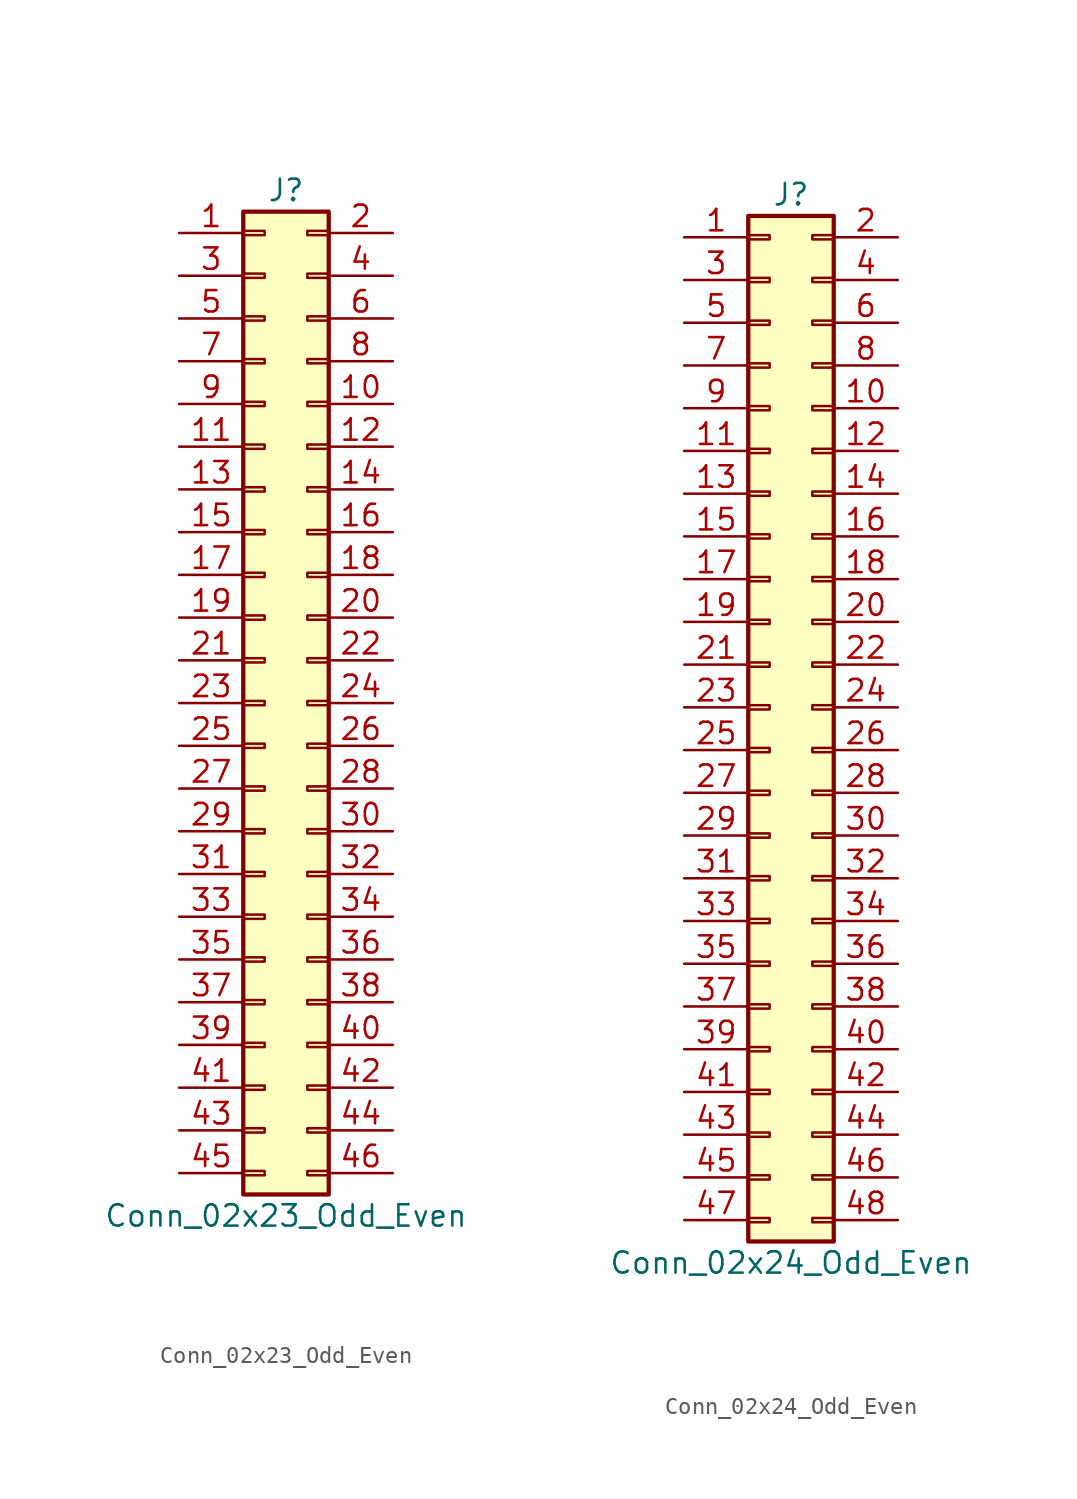
<source format=kicad_sym>
(kicad_symbol_lib
  (version 20201005)
  (generator kicad_symbol_editor)
  (symbol "Connector_Generic:Conn_02x23_Odd_Even"
    (pin_names
      (offset 1.016) hide)
    (property "Reference" "J"
      (at 1.27 30.48 0)
      (effects (font (size 1.27 1.27))))
    (property "Value" "Conn_02x23_Odd_Even"
      (at 1.27 -30.48 0)
      (effects (font (size 1.27 1.27))))
    (symbol "Conn_02x23_Odd_Even_1_1"
      (rectangle (start -1.27 -27.813) (end 0 -28.067) (stroke (width 0.152)) (fill (type none)))
      (rectangle (start -1.27 -4.953) (end 0 -5.207) (stroke (width 0.152)) (fill (type none)))
      (rectangle (start -1.27 -7.493) (end 0 -7.747) (stroke (width 0.152)) (fill (type none)))
      (rectangle (start -1.27 -10.033) (end 0 -10.287) (stroke (width 0.152)) (fill (type none)))
      (rectangle (start -1.27 -12.573) (end 0 -12.827) (stroke (width 0.152)) (fill (type none)))
      (rectangle (start -1.27 -15.113) (end 0 -15.367) (stroke (width 0.152)) (fill (type none)))
      (rectangle (start -1.27 -17.653) (end 0 -17.907) (stroke (width 0.152)) (fill (type none)))
      (rectangle (start -1.27 -20.193) (end 0 -20.447) (stroke (width 0.152)) (fill (type none)))
      (rectangle (start -1.27 -22.733) (end 0 -22.987) (stroke (width 0.152)) (fill (type none)))
      (rectangle (start -1.27 -2.413) (end 0 -2.667) (stroke (width 0.152)) (fill (type none)))
      (rectangle (start -1.27 -25.273) (end 0 -25.527) (stroke (width 0.152)) (fill (type none)))
      (rectangle (start -1.27 25.527) (end 0 25.273) (stroke (width 0.152)) (fill (type none)))
      (rectangle (start -1.27 2.667) (end 0 2.413) (stroke (width 0.152)) (fill (type none)))
      (rectangle (start -1.27 28.067) (end 0 27.813) (stroke (width 0.152)) (fill (type none)))
      (rectangle (start -1.27 29.21) (end 3.81 -29.21) (stroke (width 0.254)) (fill (type background)))
      (rectangle (start -1.27 5.207) (end 0 4.953) (stroke (width 0.152)) (fill (type none)))
      (rectangle (start -1.27 7.747) (end 0 7.493) (stroke (width 0.152)) (fill (type none)))
      (rectangle (start -1.27 10.287) (end 0 10.033) (stroke (width 0.152)) (fill (type none)))
      (rectangle (start -1.27 0.127) (end 0 -0.127) (stroke (width 0.152)) (fill (type none)))
      (rectangle (start -1.27 12.827) (end 0 12.573) (stroke (width 0.152)) (fill (type none)))
      (rectangle (start -1.27 15.367) (end 0 15.113) (stroke (width 0.152)) (fill (type none)))
      (rectangle (start -1.27 17.907) (end 0 17.653) (stroke (width 0.152)) (fill (type none)))
      (rectangle (start -1.27 20.447) (end 0 20.193) (stroke (width 0.152)) (fill (type none)))
      (rectangle (start -1.27 22.987) (end 0 22.733) (stroke (width 0.152)) (fill (type none)))
      (rectangle (start 3.81 -27.813) (end 2.54 -28.067) (stroke (width 0.152)) (fill (type none)))
      (rectangle (start 3.81 -4.953) (end 2.54 -5.207) (stroke (width 0.152)) (fill (type none)))
      (rectangle (start 3.81 -7.493) (end 2.54 -7.747) (stroke (width 0.152)) (fill (type none)))
      (rectangle (start 3.81 -10.033) (end 2.54 -10.287) (stroke (width 0.152)) (fill (type none)))
      (rectangle (start 3.81 -12.573) (end 2.54 -12.827) (stroke (width 0.152)) (fill (type none)))
      (rectangle (start 3.81 -15.113) (end 2.54 -15.367) (stroke (width 0.152)) (fill (type none)))
      (rectangle (start 3.81 -17.653) (end 2.54 -17.907) (stroke (width 0.152)) (fill (type none)))
      (rectangle (start 3.81 -20.193) (end 2.54 -20.447) (stroke (width 0.152)) (fill (type none)))
      (rectangle (start 3.81 -22.733) (end 2.54 -22.987) (stroke (width 0.152)) (fill (type none)))
      (rectangle (start 3.81 -2.413) (end 2.54 -2.667) (stroke (width 0.152)) (fill (type none)))
      (rectangle (start 3.81 -25.273) (end 2.54 -25.527) (stroke (width 0.152)) (fill (type none)))
      (rectangle (start 3.81 25.527) (end 2.54 25.273) (stroke (width 0.152)) (fill (type none)))
      (rectangle (start 3.81 2.667) (end 2.54 2.413) (stroke (width 0.152)) (fill (type none)))
      (rectangle (start 3.81 28.067) (end 2.54 27.813) (stroke (width 0.152)) (fill (type none)))
      (rectangle (start 3.81 5.207) (end 2.54 4.953) (stroke (width 0.152)) (fill (type none)))
      (rectangle (start 3.81 7.747) (end 2.54 7.493) (stroke (width 0.152)) (fill (type none)))
      (rectangle (start 3.81 10.287) (end 2.54 10.033) (stroke (width 0.152)) (fill (type none)))
      (rectangle (start 3.81 0.127) (end 2.54 -0.127) (stroke (width 0.152)) (fill (type none)))
      (rectangle (start 3.81 12.827) (end 2.54 12.573) (stroke (width 0.152)) (fill (type none)))
      (rectangle (start 3.81 15.367) (end 2.54 15.113) (stroke (width 0.152)) (fill (type none)))
      (rectangle (start 3.81 17.907) (end 2.54 17.653) (stroke (width 0.152)) (fill (type none)))
      (rectangle (start 3.81 20.447) (end 2.54 20.193) (stroke (width 0.152)) (fill (type none)))
      (rectangle (start 3.81 22.987) (end 2.54 22.733) (stroke (width 0.152)) (fill (type none)))
      (pin passive line (at -5.08 27.94 0) (length 3.81) (name "Pin_1" (effects (font (size 1.27 1.27)))) (number "1" (effects (font (size 1.27 1.27)))))
      (pin passive line (at 7.62 17.78 180) (length 3.81) (name "Pin_10" (effects (font (size 1.27 1.27)))) (number "10" (effects (font (size 1.27 1.27)))))
      (pin passive line (at -5.08 15.24 0) (length 3.81) (name "Pin_11" (effects (font (size 1.27 1.27)))) (number "11" (effects (font (size 1.27 1.27)))))
      (pin passive line (at 7.62 15.24 180) (length 3.81) (name "Pin_12" (effects (font (size 1.27 1.27)))) (number "12" (effects (font (size 1.27 1.27)))))
      (pin passive line (at -5.08 12.7 0) (length 3.81) (name "Pin_13" (effects (font (size 1.27 1.27)))) (number "13" (effects (font (size 1.27 1.27)))))
      (pin passive line (at 7.62 12.7 180) (length 3.81) (name "Pin_14" (effects (font (size 1.27 1.27)))) (number "14" (effects (font (size 1.27 1.27)))))
      (pin passive line (at -5.08 10.16 0) (length 3.81) (name "Pin_15" (effects (font (size 1.27 1.27)))) (number "15" (effects (font (size 1.27 1.27)))))
      (pin passive line (at 7.62 10.16 180) (length 3.81) (name "Pin_16" (effects (font (size 1.27 1.27)))) (number "16" (effects (font (size 1.27 1.27)))))
      (pin passive line (at -5.08 7.62 0) (length 3.81) (name "Pin_17" (effects (font (size 1.27 1.27)))) (number "17" (effects (font (size 1.27 1.27)))))
      (pin passive line (at 7.62 7.62 180) (length 3.81) (name "Pin_18" (effects (font (size 1.27 1.27)))) (number "18" (effects (font (size 1.27 1.27)))))
      (pin passive line (at -5.08 5.08 0) (length 3.81) (name "Pin_19" (effects (font (size 1.27 1.27)))) (number "19" (effects (font (size 1.27 1.27)))))
      (pin passive line (at 7.62 27.94 180) (length 3.81) (name "Pin_2" (effects (font (size 1.27 1.27)))) (number "2" (effects (font (size 1.27 1.27)))))
      (pin passive line (at 7.62 5.08 180) (length 3.81) (name "Pin_20" (effects (font (size 1.27 1.27)))) (number "20" (effects (font (size 1.27 1.27)))))
      (pin passive line (at -5.08 2.54 0) (length 3.81) (name "Pin_21" (effects (font (size 1.27 1.27)))) (number "21" (effects (font (size 1.27 1.27)))))
      (pin passive line (at 7.62 2.54 180) (length 3.81) (name "Pin_22" (effects (font (size 1.27 1.27)))) (number "22" (effects (font (size 1.27 1.27)))))
      (pin passive line (at -5.08 0 0) (length 3.81) (name "Pin_23" (effects (font (size 1.27 1.27)))) (number "23" (effects (font (size 1.27 1.27)))))
      (pin passive line (at 7.62 0 180) (length 3.81) (name "Pin_24" (effects (font (size 1.27 1.27)))) (number "24" (effects (font (size 1.27 1.27)))))
      (pin passive line (at -5.08 -2.54 0) (length 3.81) (name "Pin_25" (effects (font (size 1.27 1.27)))) (number "25" (effects (font (size 1.27 1.27)))))
      (pin passive line (at 7.62 -2.54 180) (length 3.81) (name "Pin_26" (effects (font (size 1.27 1.27)))) (number "26" (effects (font (size 1.27 1.27)))))
      (pin passive line (at -5.08 -5.08 0) (length 3.81) (name "Pin_27" (effects (font (size 1.27 1.27)))) (number "27" (effects (font (size 1.27 1.27)))))
      (pin passive line (at 7.62 -5.08 180) (length 3.81) (name "Pin_28" (effects (font (size 1.27 1.27)))) (number "28" (effects (font (size 1.27 1.27)))))
      (pin passive line (at -5.08 -7.62 0) (length 3.81) (name "Pin_29" (effects (font (size 1.27 1.27)))) (number "29" (effects (font (size 1.27 1.27)))))
      (pin passive line (at -5.08 25.4 0) (length 3.81) (name "Pin_3" (effects (font (size 1.27 1.27)))) (number "3" (effects (font (size 1.27 1.27)))))
      (pin passive line (at 7.62 -7.62 180) (length 3.81) (name "Pin_30" (effects (font (size 1.27 1.27)))) (number "30" (effects (font (size 1.27 1.27)))))
      (pin passive line (at -5.08 -10.16 0) (length 3.81) (name "Pin_31" (effects (font (size 1.27 1.27)))) (number "31" (effects (font (size 1.27 1.27)))))
      (pin passive line (at 7.62 -10.16 180) (length 3.81) (name "Pin_32" (effects (font (size 1.27 1.27)))) (number "32" (effects (font (size 1.27 1.27)))))
      (pin passive line (at -5.08 -12.7 0) (length 3.81) (name "Pin_33" (effects (font (size 1.27 1.27)))) (number "33" (effects (font (size 1.27 1.27)))))
      (pin passive line (at 7.62 -12.7 180) (length 3.81) (name "Pin_34" (effects (font (size 1.27 1.27)))) (number "34" (effects (font (size 1.27 1.27)))))
      (pin passive line (at -5.08 -15.24 0) (length 3.81) (name "Pin_35" (effects (font (size 1.27 1.27)))) (number "35" (effects (font (size 1.27 1.27)))))
      (pin passive line (at 7.62 -15.24 180) (length 3.81) (name "Pin_36" (effects (font (size 1.27 1.27)))) (number "36" (effects (font (size 1.27 1.27)))))
      (pin passive line (at -5.08 -17.78 0) (length 3.81) (name "Pin_37" (effects (font (size 1.27 1.27)))) (number "37" (effects (font (size 1.27 1.27)))))
      (pin passive line (at 7.62 -17.78 180) (length 3.81) (name "Pin_38" (effects (font (size 1.27 1.27)))) (number "38" (effects (font (size 1.27 1.27)))))
      (pin passive line (at -5.08 -20.32 0) (length 3.81) (name "Pin_39" (effects (font (size 1.27 1.27)))) (number "39" (effects (font (size 1.27 1.27)))))
      (pin passive line (at 7.62 25.4 180) (length 3.81) (name "Pin_4" (effects (font (size 1.27 1.27)))) (number "4" (effects (font (size 1.27 1.27)))))
      (pin passive line (at 7.62 -20.32 180) (length 3.81) (name "Pin_40" (effects (font (size 1.27 1.27)))) (number "40" (effects (font (size 1.27 1.27)))))
      (pin passive line (at -5.08 -22.86 0) (length 3.81) (name "Pin_41" (effects (font (size 1.27 1.27)))) (number "41" (effects (font (size 1.27 1.27)))))
      (pin passive line (at 7.62 -22.86 180) (length 3.81) (name "Pin_42" (effects (font (size 1.27 1.27)))) (number "42" (effects (font (size 1.27 1.27)))))
      (pin passive line (at -5.08 -25.4 0) (length 3.81) (name "Pin_43" (effects (font (size 1.27 1.27)))) (number "43" (effects (font (size 1.27 1.27)))))
      (pin passive line (at 7.62 -25.4 180) (length 3.81) (name "Pin_44" (effects (font (size 1.27 1.27)))) (number "44" (effects (font (size 1.27 1.27)))))
      (pin passive line (at -5.08 -27.94 0) (length 3.81) (name "Pin_45" (effects (font (size 1.27 1.27)))) (number "45" (effects (font (size 1.27 1.27)))))
      (pin passive line (at 7.62 -27.94 180) (length 3.81) (name "Pin_46" (effects (font (size 1.27 1.27)))) (number "46" (effects (font (size 1.27 1.27)))))
      (pin passive line (at -5.08 22.86 0) (length 3.81) (name "Pin_5" (effects (font (size 1.27 1.27)))) (number "5" (effects (font (size 1.27 1.27)))))
      (pin passive line (at 7.62 22.86 180) (length 3.81) (name "Pin_6" (effects (font (size 1.27 1.27)))) (number "6" (effects (font (size 1.27 1.27)))))
      (pin passive line (at -5.08 20.32 0) (length 3.81) (name "Pin_7" (effects (font (size 1.27 1.27)))) (number "7" (effects (font (size 1.27 1.27)))))
      (pin passive line (at 7.62 20.32 180) (length 3.81) (name "Pin_8" (effects (font (size 1.27 1.27)))) (number "8" (effects (font (size 1.27 1.27)))))
      (pin passive line (at -5.08 17.78 0) (length 3.81) (name "Pin_9" (effects (font (size 1.27 1.27)))) (number "9" (effects (font (size 1.27 1.27)))))))
  (symbol "Connector_Generic:Conn_02x24_Odd_Even"
    (pin_names
      (offset 1.016) hide)
    (property "Reference" "J"
      (at 1.27 30.48 0)
      (effects (font (size 1.27 1.27))))
    (property "Value" "Conn_02x24_Odd_Even"
      (at 1.27 -33.02 0)
      (effects (font (size 1.27 1.27))))
    (symbol "Conn_02x24_Odd_Even_1_1"
      (rectangle (start -1.27 -27.813) (end 0 -28.067) (stroke (width 0.152)) (fill (type none)))
      (rectangle (start -1.27 -30.353) (end 0 -30.607) (stroke (width 0.152)) (fill (type none)))
      (rectangle (start -1.27 -4.953) (end 0 -5.207) (stroke (width 0.152)) (fill (type none)))
      (rectangle (start -1.27 -7.493) (end 0 -7.747) (stroke (width 0.152)) (fill (type none)))
      (rectangle (start -1.27 -10.033) (end 0 -10.287) (stroke (width 0.152)) (fill (type none)))
      (rectangle (start -1.27 -12.573) (end 0 -12.827) (stroke (width 0.152)) (fill (type none)))
      (rectangle (start -1.27 -15.113) (end 0 -15.367) (stroke (width 0.152)) (fill (type none)))
      (rectangle (start -1.27 -17.653) (end 0 -17.907) (stroke (width 0.152)) (fill (type none)))
      (rectangle (start -1.27 -20.193) (end 0 -20.447) (stroke (width 0.152)) (fill (type none)))
      (rectangle (start -1.27 -22.733) (end 0 -22.987) (stroke (width 0.152)) (fill (type none)))
      (rectangle (start -1.27 -2.413) (end 0 -2.667) (stroke (width 0.152)) (fill (type none)))
      (rectangle (start -1.27 -25.273) (end 0 -25.527) (stroke (width 0.152)) (fill (type none)))
      (rectangle (start -1.27 25.527) (end 0 25.273) (stroke (width 0.152)) (fill (type none)))
      (rectangle (start -1.27 2.667) (end 0 2.413) (stroke (width 0.152)) (fill (type none)))
      (rectangle (start -1.27 28.067) (end 0 27.813) (stroke (width 0.152)) (fill (type none)))
      (rectangle (start -1.27 29.21) (end 3.81 -31.75) (stroke (width 0.254)) (fill (type background)))
      (rectangle (start -1.27 5.207) (end 0 4.953) (stroke (width 0.152)) (fill (type none)))
      (rectangle (start -1.27 7.747) (end 0 7.493) (stroke (width 0.152)) (fill (type none)))
      (rectangle (start -1.27 10.287) (end 0 10.033) (stroke (width 0.152)) (fill (type none)))
      (rectangle (start -1.27 0.127) (end 0 -0.127) (stroke (width 0.152)) (fill (type none)))
      (rectangle (start -1.27 12.827) (end 0 12.573) (stroke (width 0.152)) (fill (type none)))
      (rectangle (start -1.27 15.367) (end 0 15.113) (stroke (width 0.152)) (fill (type none)))
      (rectangle (start -1.27 17.907) (end 0 17.653) (stroke (width 0.152)) (fill (type none)))
      (rectangle (start -1.27 20.447) (end 0 20.193) (stroke (width 0.152)) (fill (type none)))
      (rectangle (start -1.27 22.987) (end 0 22.733) (stroke (width 0.152)) (fill (type none)))
      (rectangle (start 3.81 -27.813) (end 2.54 -28.067) (stroke (width 0.152)) (fill (type none)))
      (rectangle (start 3.81 -30.353) (end 2.54 -30.607) (stroke (width 0.152)) (fill (type none)))
      (rectangle (start 3.81 -4.953) (end 2.54 -5.207) (stroke (width 0.152)) (fill (type none)))
      (rectangle (start 3.81 -7.493) (end 2.54 -7.747) (stroke (width 0.152)) (fill (type none)))
      (rectangle (start 3.81 -10.033) (end 2.54 -10.287) (stroke (width 0.152)) (fill (type none)))
      (rectangle (start 3.81 -12.573) (end 2.54 -12.827) (stroke (width 0.152)) (fill (type none)))
      (rectangle (start 3.81 -15.113) (end 2.54 -15.367) (stroke (width 0.152)) (fill (type none)))
      (rectangle (start 3.81 -17.653) (end 2.54 -17.907) (stroke (width 0.152)) (fill (type none)))
      (rectangle (start 3.81 -20.193) (end 2.54 -20.447) (stroke (width 0.152)) (fill (type none)))
      (rectangle (start 3.81 -22.733) (end 2.54 -22.987) (stroke (width 0.152)) (fill (type none)))
      (rectangle (start 3.81 -2.413) (end 2.54 -2.667) (stroke (width 0.152)) (fill (type none)))
      (rectangle (start 3.81 -25.273) (end 2.54 -25.527) (stroke (width 0.152)) (fill (type none)))
      (rectangle (start 3.81 25.527) (end 2.54 25.273) (stroke (width 0.152)) (fill (type none)))
      (rectangle (start 3.81 2.667) (end 2.54 2.413) (stroke (width 0.152)) (fill (type none)))
      (rectangle (start 3.81 28.067) (end 2.54 27.813) (stroke (width 0.152)) (fill (type none)))
      (rectangle (start 3.81 5.207) (end 2.54 4.953) (stroke (width 0.152)) (fill (type none)))
      (rectangle (start 3.81 7.747) (end 2.54 7.493) (stroke (width 0.152)) (fill (type none)))
      (rectangle (start 3.81 10.287) (end 2.54 10.033) (stroke (width 0.152)) (fill (type none)))
      (rectangle (start 3.81 0.127) (end 2.54 -0.127) (stroke (width 0.152)) (fill (type none)))
      (rectangle (start 3.81 12.827) (end 2.54 12.573) (stroke (width 0.152)) (fill (type none)))
      (rectangle (start 3.81 15.367) (end 2.54 15.113) (stroke (width 0.152)) (fill (type none)))
      (rectangle (start 3.81 17.907) (end 2.54 17.653) (stroke (width 0.152)) (fill (type none)))
      (rectangle (start 3.81 20.447) (end 2.54 20.193) (stroke (width 0.152)) (fill (type none)))
      (rectangle (start 3.81 22.987) (end 2.54 22.733) (stroke (width 0.152)) (fill (type none)))
      (pin passive line (at -5.08 27.94 0) (length 3.81) (name "Pin_1" (effects (font (size 1.27 1.27)))) (number "1" (effects (font (size 1.27 1.27)))))
      (pin passive line (at 7.62 17.78 180) (length 3.81) (name "Pin_10" (effects (font (size 1.27 1.27)))) (number "10" (effects (font (size 1.27 1.27)))))
      (pin passive line (at -5.08 15.24 0) (length 3.81) (name "Pin_11" (effects (font (size 1.27 1.27)))) (number "11" (effects (font (size 1.27 1.27)))))
      (pin passive line (at 7.62 15.24 180) (length 3.81) (name "Pin_12" (effects (font (size 1.27 1.27)))) (number "12" (effects (font (size 1.27 1.27)))))
      (pin passive line (at -5.08 12.7 0) (length 3.81) (name "Pin_13" (effects (font (size 1.27 1.27)))) (number "13" (effects (font (size 1.27 1.27)))))
      (pin passive line (at 7.62 12.7 180) (length 3.81) (name "Pin_14" (effects (font (size 1.27 1.27)))) (number "14" (effects (font (size 1.27 1.27)))))
      (pin passive line (at -5.08 10.16 0) (length 3.81) (name "Pin_15" (effects (font (size 1.27 1.27)))) (number "15" (effects (font (size 1.27 1.27)))))
      (pin passive line (at 7.62 10.16 180) (length 3.81) (name "Pin_16" (effects (font (size 1.27 1.27)))) (number "16" (effects (font (size 1.27 1.27)))))
      (pin passive line (at -5.08 7.62 0) (length 3.81) (name "Pin_17" (effects (font (size 1.27 1.27)))) (number "17" (effects (font (size 1.27 1.27)))))
      (pin passive line (at 7.62 7.62 180) (length 3.81) (name "Pin_18" (effects (font (size 1.27 1.27)))) (number "18" (effects (font (size 1.27 1.27)))))
      (pin passive line (at -5.08 5.08 0) (length 3.81) (name "Pin_19" (effects (font (size 1.27 1.27)))) (number "19" (effects (font (size 1.27 1.27)))))
      (pin passive line (at 7.62 27.94 180) (length 3.81) (name "Pin_2" (effects (font (size 1.27 1.27)))) (number "2" (effects (font (size 1.27 1.27)))))
      (pin passive line (at 7.62 5.08 180) (length 3.81) (name "Pin_20" (effects (font (size 1.27 1.27)))) (number "20" (effects (font (size 1.27 1.27)))))
      (pin passive line (at -5.08 2.54 0) (length 3.81) (name "Pin_21" (effects (font (size 1.27 1.27)))) (number "21" (effects (font (size 1.27 1.27)))))
      (pin passive line (at 7.62 2.54 180) (length 3.81) (name "Pin_22" (effects (font (size 1.27 1.27)))) (number "22" (effects (font (size 1.27 1.27)))))
      (pin passive line (at -5.08 0 0) (length 3.81) (name "Pin_23" (effects (font (size 1.27 1.27)))) (number "23" (effects (font (size 1.27 1.27)))))
      (pin passive line (at 7.62 0 180) (length 3.81) (name "Pin_24" (effects (font (size 1.27 1.27)))) (number "24" (effects (font (size 1.27 1.27)))))
      (pin passive line (at -5.08 -2.54 0) (length 3.81) (name "Pin_25" (effects (font (size 1.27 1.27)))) (number "25" (effects (font (size 1.27 1.27)))))
      (pin passive line (at 7.62 -2.54 180) (length 3.81) (name "Pin_26" (effects (font (size 1.27 1.27)))) (number "26" (effects (font (size 1.27 1.27)))))
      (pin passive line (at -5.08 -5.08 0) (length 3.81) (name "Pin_27" (effects (font (size 1.27 1.27)))) (number "27" (effects (font (size 1.27 1.27)))))
      (pin passive line (at 7.62 -5.08 180) (length 3.81) (name "Pin_28" (effects (font (size 1.27 1.27)))) (number "28" (effects (font (size 1.27 1.27)))))
      (pin passive line (at -5.08 -7.62 0) (length 3.81) (name "Pin_29" (effects (font (size 1.27 1.27)))) (number "29" (effects (font (size 1.27 1.27)))))
      (pin passive line (at -5.08 25.4 0) (length 3.81) (name "Pin_3" (effects (font (size 1.27 1.27)))) (number "3" (effects (font (size 1.27 1.27)))))
      (pin passive line (at 7.62 -7.62 180) (length 3.81) (name "Pin_30" (effects (font (size 1.27 1.27)))) (number "30" (effects (font (size 1.27 1.27)))))
      (pin passive line (at -5.08 -10.16 0) (length 3.81) (name "Pin_31" (effects (font (size 1.27 1.27)))) (number "31" (effects (font (size 1.27 1.27)))))
      (pin passive line (at 7.62 -10.16 180) (length 3.81) (name "Pin_32" (effects (font (size 1.27 1.27)))) (number "32" (effects (font (size 1.27 1.27)))))
      (pin passive line (at -5.08 -12.7 0) (length 3.81) (name "Pin_33" (effects (font (size 1.27 1.27)))) (number "33" (effects (font (size 1.27 1.27)))))
      (pin passive line (at 7.62 -12.7 180) (length 3.81) (name "Pin_34" (effects (font (size 1.27 1.27)))) (number "34" (effects (font (size 1.27 1.27)))))
      (pin passive line (at -5.08 -15.24 0) (length 3.81) (name "Pin_35" (effects (font (size 1.27 1.27)))) (number "35" (effects (font (size 1.27 1.27)))))
      (pin passive line (at 7.62 -15.24 180) (length 3.81) (name "Pin_36" (effects (font (size 1.27 1.27)))) (number "36" (effects (font (size 1.27 1.27)))))
      (pin passive line (at -5.08 -17.78 0) (length 3.81) (name "Pin_37" (effects (font (size 1.27 1.27)))) (number "37" (effects (font (size 1.27 1.27)))))
      (pin passive line (at 7.62 -17.78 180) (length 3.81) (name "Pin_38" (effects (font (size 1.27 1.27)))) (number "38" (effects (font (size 1.27 1.27)))))
      (pin passive line (at -5.08 -20.32 0) (length 3.81) (name "Pin_39" (effects (font (size 1.27 1.27)))) (number "39" (effects (font (size 1.27 1.27)))))
      (pin passive line (at 7.62 25.4 180) (length 3.81) (name "Pin_4" (effects (font (size 1.27 1.27)))) (number "4" (effects (font (size 1.27 1.27)))))
      (pin passive line (at 7.62 -20.32 180) (length 3.81) (name "Pin_40" (effects (font (size 1.27 1.27)))) (number "40" (effects (font (size 1.27 1.27)))))
      (pin passive line (at -5.08 -22.86 0) (length 3.81) (name "Pin_41" (effects (font (size 1.27 1.27)))) (number "41" (effects (font (size 1.27 1.27)))))
      (pin passive line (at 7.62 -22.86 180) (length 3.81) (name "Pin_42" (effects (font (size 1.27 1.27)))) (number "42" (effects (font (size 1.27 1.27)))))
      (pin passive line (at -5.08 -25.4 0) (length 3.81) (name "Pin_43" (effects (font (size 1.27 1.27)))) (number "43" (effects (font (size 1.27 1.27)))))
      (pin passive line (at 7.62 -25.4 180) (length 3.81) (name "Pin_44" (effects (font (size 1.27 1.27)))) (number "44" (effects (font (size 1.27 1.27)))))
      (pin passive line (at -5.08 -27.94 0) (length 3.81) (name "Pin_45" (effects (font (size 1.27 1.27)))) (number "45" (effects (font (size 1.27 1.27)))))
      (pin passive line (at 7.62 -27.94 180) (length 3.81) (name "Pin_46" (effects (font (size 1.27 1.27)))) (number "46" (effects (font (size 1.27 1.27)))))
      (pin passive line (at -5.08 -30.48 0) (length 3.81) (name "Pin_47" (effects (font (size 1.27 1.27)))) (number "47" (effects (font (size 1.27 1.27)))))
      (pin passive line (at 7.62 -30.48 180) (length 3.81) (name "Pin_48" (effects (font (size 1.27 1.27)))) (number "48" (effects (font (size 1.27 1.27)))))
      (pin passive line (at -5.08 22.86 0) (length 3.81) (name "Pin_5" (effects (font (size 1.27 1.27)))) (number "5" (effects (font (size 1.27 1.27)))))
      (pin passive line (at 7.62 22.86 180) (length 3.81) (name "Pin_6" (effects (font (size 1.27 1.27)))) (number "6" (effects (font (size 1.27 1.27)))))
      (pin passive line (at -5.08 20.32 0) (length 3.81) (name "Pin_7" (effects (font (size 1.27 1.27)))) (number "7" (effects (font (size 1.27 1.27)))))
      (pin passive line (at 7.62 20.32 180) (length 3.81) (name "Pin_8" (effects (font (size 1.27 1.27)))) (number "8" (effects (font (size 1.27 1.27)))))
      (pin passive line (at -5.08 17.78 0) (length 3.81) (name "Pin_9" (effects (font (size 1.27 1.27)))) (number "9" (effects (font (size 1.27 1.27))))))))
</source>
